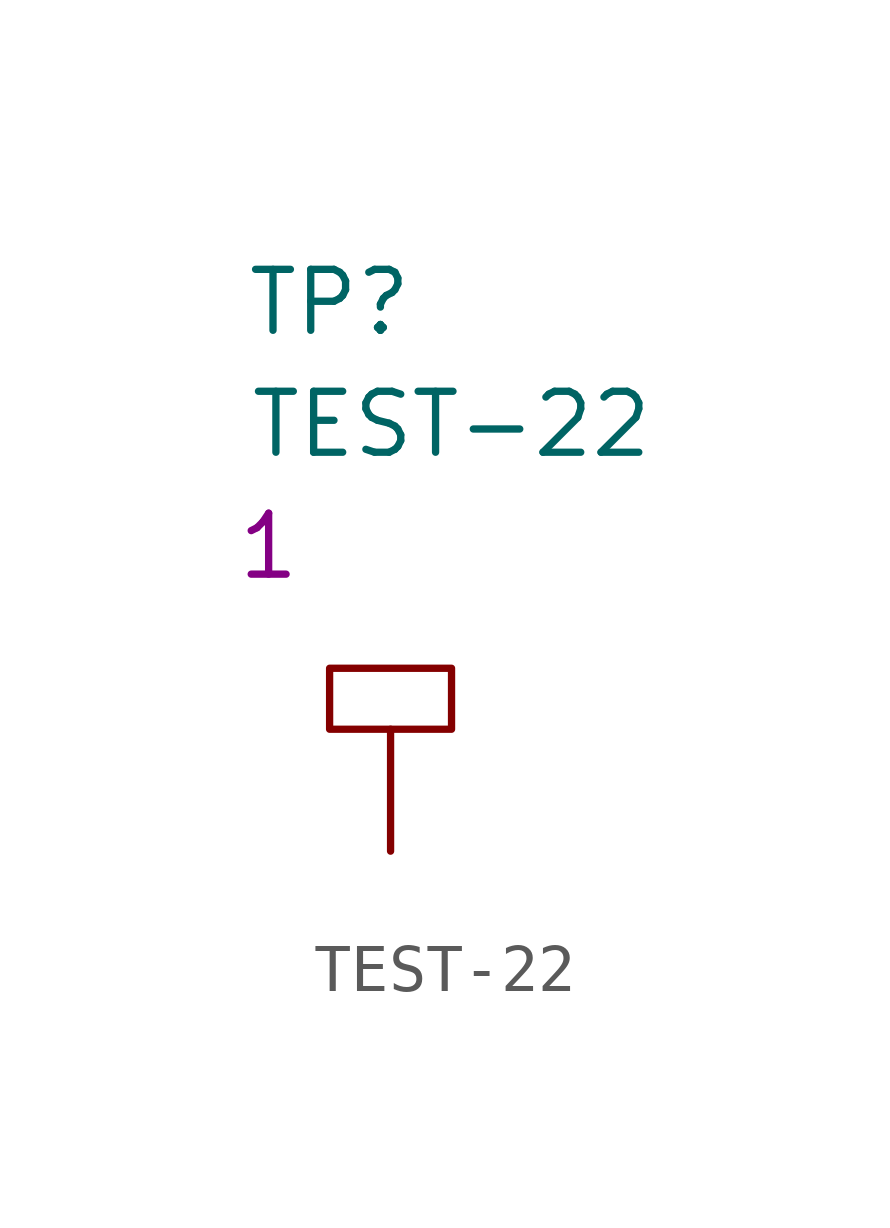
<source format=kicad_sym>
(kicad_symbol_lib
  (version 20211014)
  (generator kicad_symbol_editor)
  (symbol "TEST-22"
    (pin_numbers hide)
    (pin_names
      (offset 1.27) hide)
    (property "Reference" "TP"
      (at -1.27 11.43 0)
      (effects (font (size 1.27 1.27))))
    (property "Value" "TEST-22"
      (at 1.27 8.89 0)
      (effects (font (size 1.27 1.27))))
    (property "Qty" "1"
      (at -2.54 6.35 0)
      (effects (font (size 1.27 1.27))))
    (property "Height" ""
      (at 0 0 0)
      (effects (font (size 1.27 1.27))))
    (symbol "TEST-22_0_1"
      (polyline (pts (xy 0 2.54) (xy 1.27 2.54) (xy 1.27 3.81) (xy -1.27 3.81) (xy -1.27 2.54) (xy 0 2.54)) (stroke (width 0) (type default) (color 0 0 0 0)) (fill (type none))))
    (symbol "TEST-22_1_1"
      (pin passive line (at 0 0 90) (length 2.54) (name "TP" (effects (font (size 1.27 1.27)))) (number "1" (effects (font (size 1.27 1.27))))))))
</source>
